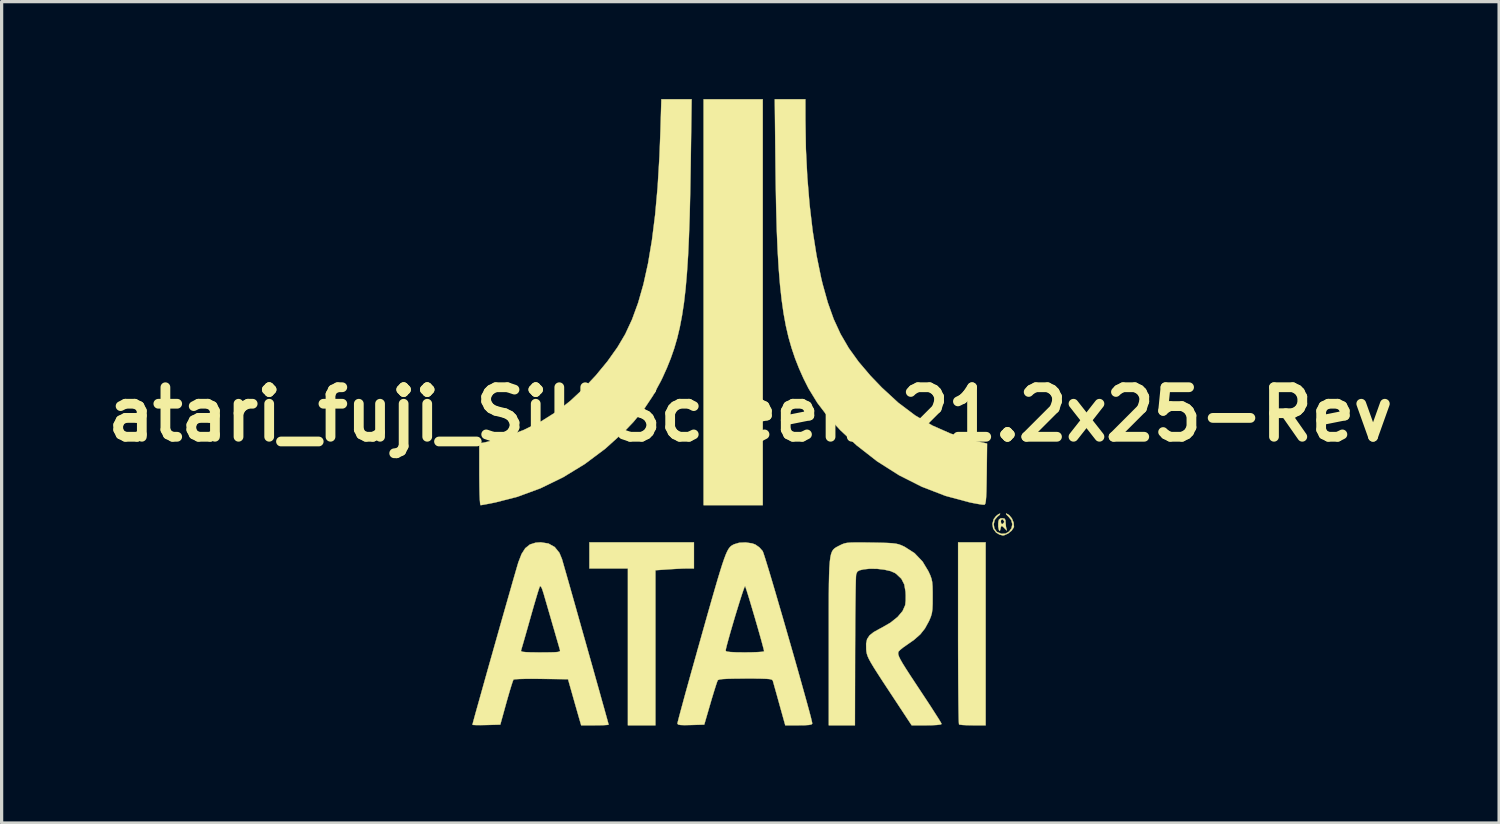
<source format=kicad_pcb>
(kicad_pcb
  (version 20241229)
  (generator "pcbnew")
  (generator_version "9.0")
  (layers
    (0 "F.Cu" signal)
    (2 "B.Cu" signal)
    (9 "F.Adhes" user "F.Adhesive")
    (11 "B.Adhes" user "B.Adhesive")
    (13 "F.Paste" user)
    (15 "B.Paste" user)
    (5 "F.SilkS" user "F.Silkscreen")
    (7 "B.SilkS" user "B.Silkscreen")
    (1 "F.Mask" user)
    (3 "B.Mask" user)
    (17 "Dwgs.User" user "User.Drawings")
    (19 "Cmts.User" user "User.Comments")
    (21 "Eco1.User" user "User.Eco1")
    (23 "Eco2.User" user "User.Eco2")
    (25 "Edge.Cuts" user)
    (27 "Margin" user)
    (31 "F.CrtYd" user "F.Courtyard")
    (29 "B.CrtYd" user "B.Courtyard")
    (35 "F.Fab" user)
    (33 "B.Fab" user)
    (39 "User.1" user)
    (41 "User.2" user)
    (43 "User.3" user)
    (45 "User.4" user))
  (footprint "atari_fuji_SilkScreen_21.2x25-Rev"
    (layer "F.Cu")
    (at 20.037 9.699)
    (property "Reference" "atari_fuji_SilkScreen_21.2x25-Rev" (at 0 0 0) (layer "F.SilkS") (effects (font (size 1.524 1.524) (thickness 0.3))))
    (attr through_hole)
    (fp_poly (pts (xy 0.381 2.794) (xy -1.439 2.794) (xy -1.439 -9.694) (xy 0.381 -9.694) (xy 0.381 2.794)) (stroke (width 0.01) (type solid)) (fill yes) (layer "F.SilkS"))
    (fp_poly (pts (xy -1.736 4.741) (xy -1.941 4.741) (xy -2.08 4.744) (xy -2.268 4.753) (xy -2.473 4.765) (xy -2.533 4.769) (xy -2.921 4.796) (xy -2.921 9.567) (xy -3.768 9.567) (xy -3.768 4.741) (xy -4.953 4.741) (xy -4.953 3.937) (xy -1.736 3.937) (xy -1.736 4.741)) (stroke (width 0.01) (type solid)) (fill yes) (layer "F.SilkS"))
    (fp_poly (pts (xy 7.239 9.567) (xy 6.844 9.567) (xy 6.669 9.564) (xy 6.527 9.557) (xy 6.438 9.546) (xy 6.421 9.539) (xy 6.416 9.493) (xy 6.411 9.369) (xy 6.407 9.175) (xy 6.403 8.918) (xy 6.4 8.604) (xy 6.397 8.24) (xy 6.395 7.835) (xy 6.393 7.394) (xy 6.392 6.926) (xy 6.392 6.724) (xy 6.392 3.937) (xy 7.239 3.937) (xy 7.239 9.567)) (stroke (width 0.01) (type solid)) (fill yes) (layer "F.SilkS"))
    (fp_poly (pts (xy 7.819 3.207) (xy 7.849 3.258) (xy 7.854 3.344) (xy 7.865 3.464) (xy 7.888 3.552) (xy 7.889 3.556) (xy 7.89 3.574) (xy 7.847 3.534) (xy 7.839 3.524) (xy 7.772 3.457) (xy 7.733 3.429) (xy 7.709 3.465) (xy 7.694 3.524) (xy 7.677 3.586) (xy 7.656 3.57) (xy 7.646 3.549) (xy 7.627 3.459) (xy 7.627 3.34) (xy 7.628 3.338) (xy 7.635 3.302) (xy 7.705 3.302) (xy 7.724 3.369) (xy 7.758 3.376) (xy 7.807 3.324) (xy 7.811 3.302) (xy 7.777 3.238) (xy 7.758 3.228) (xy 7.715 3.248) (xy 7.705 3.302) (xy 7.635 3.302) (xy 7.647 3.24) (xy 7.695 3.201) (xy 7.747 3.196) (xy 7.819 3.207)) (stroke (width 0.01) (type solid)) (fill yes) (layer "F.SilkS"))
    (fp_poly (pts (xy 7.925 3.076) (xy 7.968 3.106) (xy 8.047 3.203) (xy 8.1 3.333) (xy 8.11 3.454) (xy 8.105 3.476) (xy 8.04 3.577) (xy 7.928 3.667) (xy 7.808 3.72) (xy 7.768 3.725) (xy 7.669 3.7) (xy 7.563 3.638) (xy 7.562 3.638) (xy 7.471 3.518) (xy 7.446 3.371) (xy 7.487 3.223) (xy 7.556 3.133) (xy 7.633 3.072) (xy 7.681 3.054) (xy 7.685 3.056) (xy 7.67 3.092) (xy 7.603 3.147) (xy 7.6 3.149) (xy 7.518 3.247) (xy 7.487 3.379) (xy 7.508 3.512) (xy 7.583 3.614) (xy 7.587 3.617) (xy 7.727 3.676) (xy 7.856 3.667) (xy 7.963 3.604) (xy 8.034 3.503) (xy 8.06 3.381) (xy 8.027 3.252) (xy 7.942 3.147) (xy 7.872 3.076) (xy 7.868 3.049) (xy 7.925 3.076)) (stroke (width 0.01) (type solid)) (fill yes) (layer "F.SilkS"))
    (fp_poly (pts (xy -1.836 -7.652) (xy -1.85 -6.847) (xy -1.867 -6.12) (xy -1.89 -5.465) (xy -1.917 -4.875) (xy -1.952 -4.343) (xy -1.993 -3.864) (xy -2.043 -3.431) (xy -2.103 -3.037) (xy -2.172 -2.676) (xy -2.252 -2.341) (xy -2.344 -2.026) (xy -2.449 -1.725) (xy -2.567 -1.431) (xy -2.7 -1.136) (xy -2.749 -1.035) (xy -2.996 -0.577) (xy -3.271 -0.164) (xy -3.594 0.229) (xy -3.876 0.525) (xy -4.466 1.058) (xy -5.098 1.53) (xy -5.765 1.937) (xy -6.457 2.274) (xy -7.165 2.535) (xy -7.847 2.71) (xy -8.027 2.746) (xy -8.176 2.774) (xy -8.274 2.791) (xy -8.302 2.794) (xy -8.313 2.754) (xy -8.323 2.64) (xy -8.331 2.465) (xy -8.336 2.24) (xy -8.339 1.977) (xy -8.34 1.845) (xy -8.34 0.895) (xy -8.096 0.845) (xy -7.536 0.695) (xy -6.971 0.48) (xy -6.429 0.21) (xy -5.951 -0.091) (xy -5.549 -0.407) (xy -5.146 -0.781) (xy -4.757 -1.195) (xy -4.398 -1.63) (xy -4.086 -2.069) (xy -3.85 -2.468) (xy -3.64 -2.92) (xy -3.453 -3.432) (xy -3.289 -4.007) (xy -3.147 -4.649) (xy -3.028 -5.359) (xy -2.93 -6.14) (xy -2.853 -6.997) (xy -2.797 -7.93) (xy -2.767 -8.71) (xy -2.738 -9.694) (xy -1.807 -9.694) (xy -1.836 -7.652)) (stroke (width 0.01) (type solid)) (fill yes) (layer "F.SilkS"))
    (fp_poly (pts (xy 1.694 -9.049) (xy 1.708 -8.168) (xy 1.752 -7.298) (xy 1.822 -6.452) (xy 1.917 -5.643) (xy 2.037 -4.885) (xy 2.179 -4.192) (xy 2.223 -4.01) (xy 2.382 -3.441) (xy 2.563 -2.933) (xy 2.775 -2.472) (xy 3.028 -2.038) (xy 3.331 -1.617) (xy 3.693 -1.191) (xy 4.043 -0.826) (xy 4.551 -0.358) (xy 5.068 0.031) (xy 5.604 0.346) (xy 6.169 0.595) (xy 6.773 0.782) (xy 6.954 0.825) (xy 7.283 0.898) (xy 7.272 1.835) (xy 7.267 2.145) (xy 7.262 2.38) (xy 7.254 2.551) (xy 7.244 2.666) (xy 7.231 2.737) (xy 7.214 2.771) (xy 7.197 2.78) (xy 7.129 2.776) (xy 7.001 2.756) (xy 6.835 2.725) (xy 6.747 2.707) (xy 6.005 2.508) (xy 5.279 2.228) (xy 4.575 1.873) (xy 3.901 1.445) (xy 3.265 0.949) (xy 2.772 0.491) (xy 2.384 0.069) (xy 2.062 -0.353) (xy 1.791 -0.795) (xy 1.635 -1.105) (xy 1.498 -1.413) (xy 1.376 -1.722) (xy 1.269 -2.04) (xy 1.174 -2.372) (xy 1.092 -2.726) (xy 1.022 -3.107) (xy 0.963 -3.524) (xy 0.913 -3.981) (xy 0.872 -4.487) (xy 0.839 -5.047) (xy 0.813 -5.668) (xy 0.794 -6.357) (xy 0.78 -7.12) (xy 0.774 -7.567) (xy 0.751 -9.694) (xy 1.693 -9.694) (xy 1.694 -9.049)) (stroke (width 0.01) (type solid)) (fill yes) (layer "F.SilkS"))
    (fp_poly (pts (xy -6.212 3.974) (xy -6.02 4.082) (xy -5.876 4.259) (xy -5.797 4.45) (xy -5.77 4.544) (xy -5.724 4.705) (xy -5.661 4.924) (xy -5.584 5.194) (xy -5.496 5.506) (xy -5.398 5.851) (xy -5.294 6.221) (xy -5.185 6.608) (xy -5.073 7.003) (xy -4.962 7.398) (xy -4.853 7.783) (xy -4.75 8.152) (xy -4.653 8.495) (xy -4.567 8.804) (xy -4.492 9.07) (xy -4.432 9.286) (xy -4.389 9.442) (xy -4.365 9.53) (xy -4.36 9.546) (xy -4.4 9.555) (xy -4.506 9.562) (xy -4.661 9.566) (xy -4.782 9.567) (xy -5.205 9.567) (xy -5.288 9.282) (xy -5.337 9.11) (xy -5.399 8.894) (xy -5.463 8.668) (xy -5.49 8.572) (xy -5.61 8.149) (xy -6.432 8.138) (xy -6.688 8.136) (xy -6.915 8.137) (xy -7.099 8.142) (xy -7.227 8.149) (xy -7.286 8.158) (xy -7.287 8.159) (xy -7.309 8.209) (xy -7.348 8.327) (xy -7.4 8.497) (xy -7.461 8.707) (xy -7.507 8.869) (xy -7.694 9.546) (xy -8.123 9.558) (xy -8.301 9.561) (xy -8.444 9.56) (xy -8.532 9.555) (xy -8.551 9.549) (xy -8.54 9.503) (xy -8.508 9.384) (xy -8.458 9.201) (xy -8.391 8.962) (xy -8.311 8.677) (xy -8.22 8.352) (xy -8.121 7.998) (xy -8.015 7.622) (xy -7.914 7.267) (xy -7.057 7.267) (xy -7.051 7.29) (xy -7.004 7.306) (xy -6.907 7.316) (xy -6.748 7.322) (xy -6.518 7.324) (xy -6.458 7.324) (xy -6.216 7.323) (xy -6.048 7.32) (xy -5.94 7.313) (xy -5.88 7.3) (xy -5.856 7.281) (xy -5.857 7.253) (xy -5.858 7.25) (xy -5.877 7.185) (xy -5.914 7.055) (xy -5.967 6.874) (xy -6.029 6.658) (xy -6.076 6.498) (xy -6.149 6.244) (xy -6.222 5.994) (xy -6.287 5.769) (xy -6.339 5.591) (xy -6.357 5.527) (xy -6.407 5.372) (xy -6.445 5.295) (xy -6.474 5.289) (xy -6.479 5.297) (xy -6.5 5.354) (xy -6.541 5.481) (xy -6.596 5.665) (xy -6.663 5.892) (xy -6.737 6.151) (xy -6.775 6.286) (xy -6.851 6.555) (xy -6.92 6.798) (xy -6.979 7.003) (xy -7.024 7.157) (xy -7.051 7.249) (xy -7.057 7.267) (xy -7.914 7.267) (xy -7.905 7.234) (xy -7.794 6.841) (xy -7.684 6.452) (xy -7.577 6.077) (xy -7.476 5.723) (xy -7.383 5.398) (xy -7.302 5.113) (xy -7.233 4.875) (xy -7.18 4.692) (xy -7.145 4.574) (xy -7.137 4.548) (xy -7.039 4.295) (xy -6.925 4.117) (xy -6.783 4.004) (xy -6.605 3.948) (xy -6.448 3.937) (xy -6.212 3.974)) (stroke (width 0.01) (type solid)) (fill yes) (layer "F.SilkS"))
    (fp_poly (pts (xy 3.433 3.941) (xy 3.706 3.945) (xy 3.725 3.945) (xy 4.002 3.95) (xy 4.21 3.956) (xy 4.363 3.965) (xy 4.477 3.979) (xy 4.566 3.999) (xy 4.646 4.028) (xy 4.732 4.068) (xy 4.752 4.078) (xy 5.052 4.271) (xy 5.298 4.529) (xy 5.477 4.826) (xy 5.534 4.949) (xy 5.571 5.052) (xy 5.594 5.158) (xy 5.605 5.291) (xy 5.609 5.472) (xy 5.609 5.609) (xy 5.608 5.832) (xy 5.601 5.992) (xy 5.585 6.113) (xy 5.556 6.216) (xy 5.512 6.324) (xy 5.49 6.371) (xy 5.371 6.588) (xy 5.226 6.77) (xy 5.035 6.938) (xy 4.841 7.074) (xy 4.71 7.165) (xy 4.608 7.247) (xy 4.557 7.302) (xy 4.556 7.306) (xy 4.547 7.344) (xy 4.552 7.392) (xy 4.575 7.458) (xy 4.62 7.55) (xy 4.692 7.675) (xy 4.796 7.841) (xy 4.936 8.057) (xy 5.116 8.33) (xy 5.246 8.527) (xy 5.414 8.781) (xy 5.566 9.013) (xy 5.694 9.213) (xy 5.795 9.371) (xy 5.86 9.479) (xy 5.884 9.526) (xy 5.884 9.527) (xy 5.845 9.544) (xy 5.735 9.557) (xy 5.571 9.565) (xy 5.424 9.567) (xy 4.963 9.567) (xy 4.273 8.52) (xy 4.074 8.218) (xy 3.918 7.977) (xy 3.798 7.788) (xy 3.71 7.641) (xy 3.648 7.528) (xy 3.608 7.439) (xy 3.584 7.365) (xy 3.571 7.296) (xy 3.565 7.235) (xy 3.562 7.054) (xy 3.592 6.915) (xy 3.667 6.801) (xy 3.798 6.697) (xy 3.997 6.587) (xy 4.039 6.566) (xy 4.313 6.408) (xy 4.531 6.233) (xy 4.684 6.051) (xy 4.764 5.87) (xy 4.766 5.857) (xy 4.779 5.732) (xy 4.78 5.568) (xy 4.775 5.459) (xy 4.736 5.233) (xy 4.647 5.059) (xy 4.494 4.913) (xy 4.451 4.882) (xy 4.315 4.822) (xy 4.122 4.778) (xy 3.899 4.752) (xy 3.674 4.749) (xy 3.484 4.769) (xy 3.359 4.798) (xy 3.293 4.837) (xy 3.261 4.905) (xy 3.254 4.932) (xy 3.249 4.998) (xy 3.244 5.14) (xy 3.239 5.35) (xy 3.235 5.62) (xy 3.231 5.94) (xy 3.227 6.304) (xy 3.225 6.702) (xy 3.223 7.127) (xy 3.222 7.313) (xy 3.217 9.567) (xy 2.413 9.567) (xy 2.413 6.995) (xy 2.413 6.441) (xy 2.413 5.966) (xy 2.414 5.563) (xy 2.417 5.225) (xy 2.423 4.947) (xy 2.431 4.721) (xy 2.444 4.542) (xy 2.461 4.403) (xy 2.484 4.298) (xy 2.513 4.22) (xy 2.548 4.164) (xy 2.592 4.122) (xy 2.643 4.088) (xy 2.704 4.056) (xy 2.755 4.03) (xy 2.825 3.996) (xy 2.893 3.971) (xy 2.974 3.954) (xy 3.081 3.945) (xy 3.23 3.941) (xy 3.433 3.941)) (stroke (width 0.01) (type solid)) (fill yes) (layer "F.SilkS"))
    (fp_poly (pts (xy 0.054 3.97) (xy 0.152 4.005) (xy 0.274 4.09) (xy 0.376 4.204) (xy 0.38 4.21) (xy 0.402 4.268) (xy 0.445 4.399) (xy 0.506 4.595) (xy 0.583 4.847) (xy 0.672 5.145) (xy 0.772 5.483) (xy 0.879 5.851) (xy 0.993 6.24) (xy 1.109 6.643) (xy 1.226 7.05) (xy 1.342 7.453) (xy 1.453 7.844) (xy 1.557 8.214) (xy 1.652 8.554) (xy 1.736 8.856) (xy 1.806 9.111) (xy 1.859 9.311) (xy 1.892 9.448) (xy 1.905 9.512) (xy 1.905 9.513) (xy 1.882 9.539) (xy 1.805 9.556) (xy 1.663 9.565) (xy 1.489 9.567) (xy 1.074 9.567) (xy 0.894 8.922) (xy 0.831 8.695) (xy 0.775 8.494) (xy 0.73 8.334) (xy 0.701 8.23) (xy 0.693 8.202) (xy 0.679 8.176) (xy 0.646 8.157) (xy 0.584 8.144) (xy 0.48 8.136) (xy 0.325 8.131) (xy 0.105 8.128) (xy -0.149 8.128) (xy -0.456 8.13) (xy -0.686 8.135) (xy -0.848 8.144) (xy -0.95 8.157) (xy -0.998 8.176) (xy -1.003 8.181) (xy -1.026 8.238) (xy -1.067 8.361) (xy -1.122 8.536) (xy -1.186 8.747) (xy -1.228 8.89) (xy -1.419 9.546) (xy -1.831 9.558) (xy -2.028 9.562) (xy -2.153 9.557) (xy -2.221 9.543) (xy -2.243 9.517) (xy -2.244 9.512) (xy -2.233 9.46) (xy -2.201 9.335) (xy -2.151 9.147) (xy -2.085 8.904) (xy -2.007 8.616) (xy -1.917 8.291) (xy -1.819 7.938) (xy -1.782 7.807) (xy -1.633 7.276) (xy -0.762 7.276) (xy -0.727 7.297) (xy -0.619 7.312) (xy -0.435 7.321) (xy -0.171 7.324) (xy -0.169 7.324) (xy 0.044 7.321) (xy 0.223 7.315) (xy 0.353 7.306) (xy 0.418 7.294) (xy 0.423 7.289) (xy 0.412 7.233) (xy 0.38 7.112) (xy 0.333 6.937) (xy 0.273 6.725) (xy 0.205 6.487) (xy 0.133 6.239) (xy 0.06 5.993) (xy -0.008 5.763) (xy -0.069 5.563) (xy -0.118 5.408) (xy -0.151 5.309) (xy -0.162 5.282) (xy -0.18 5.313) (xy -0.217 5.413) (xy -0.269 5.568) (xy -0.332 5.765) (xy -0.402 5.991) (xy -0.476 6.233) (xy -0.548 6.478) (xy -0.616 6.711) (xy -0.675 6.922) (xy -0.722 7.095) (xy -0.752 7.218) (xy -0.762 7.276) (xy -1.633 7.276) (xy -1.605 7.176) (xy -1.449 6.621) (xy -1.313 6.138) (xy -1.194 5.721) (xy -1.091 5.365) (xy -1.003 5.064) (xy -0.927 4.815) (xy -0.863 4.611) (xy -0.807 4.448) (xy -0.759 4.32) (xy -0.716 4.223) (xy -0.678 4.151) (xy -0.641 4.099) (xy -0.606 4.062) (xy -0.569 4.034) (xy -0.529 4.012) (xy -0.506 3.999) (xy -0.342 3.95) (xy -0.143 3.941) (xy 0.054 3.97)) (stroke (width 0.01) (type solid)) (fill yes) (layer "F.SilkS")))
  (gr_rect
    (start -3 -3)
    (end 43.074 22.272)
    (stroke (width 0.1) (type default))
    (fill no)
    (layer "Edge.Cuts")))
</source>
